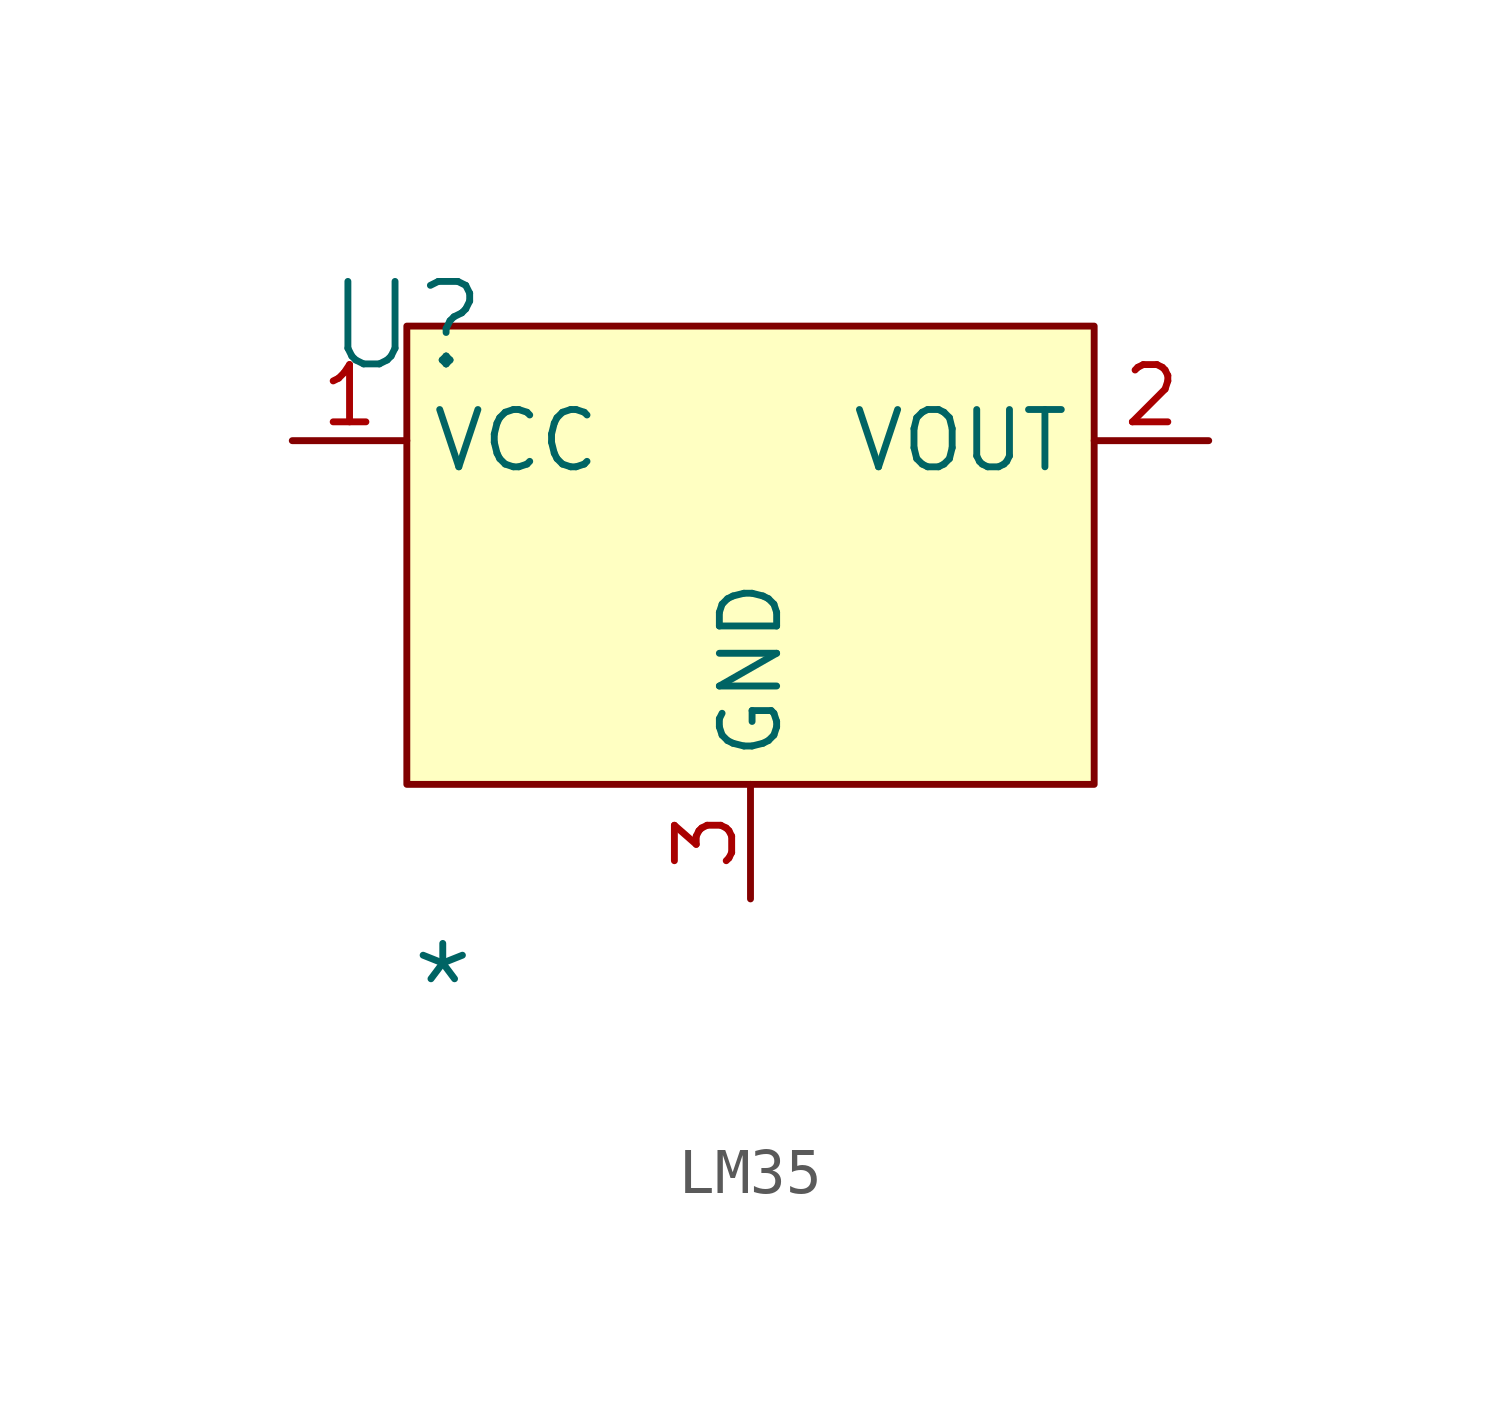
<source format=kicad_sym>
(kicad_symbol_lib
  (version 20241209)
  (generator "kicad_symbol_editor")
  (generator_version "9.0")
  (symbol "LM35"
    (property "Reference" "U"
      (at 0 0 0)
      (effects (font (size 1.829 1.829))))
    (property "Value" "*"
      (at 0 -15.748 0)
      (effects (font (size 1.829 1.829)) (justify left bottom)))
    (symbol "LM35_1_0"
      (rectangle (start 15.24 0) (end 0 -10.16) (stroke (width 0) (type solid) (color 128 0 0 1)) (fill (type background)))
      (pin passive line (at -2.54 -2.54 0) (length 2.54) (name "VCC" (effects (font (size 1.27 1.27)))) (number "1" (effects (font (size 1.27 1.27)))))
      (pin passive line (at 7.62 -12.7 90) (length 2.54) (name "GND" (effects (font (size 1.27 1.27)))) (number "3" (effects (font (size 1.27 1.27)))))
      (pin passive line (at 17.78 -2.54 180) (length 2.54) (name "VOUT" (effects (font (size 1.27 1.27)))) (number "2" (effects (font (size 1.27 1.27))))))))
</source>
